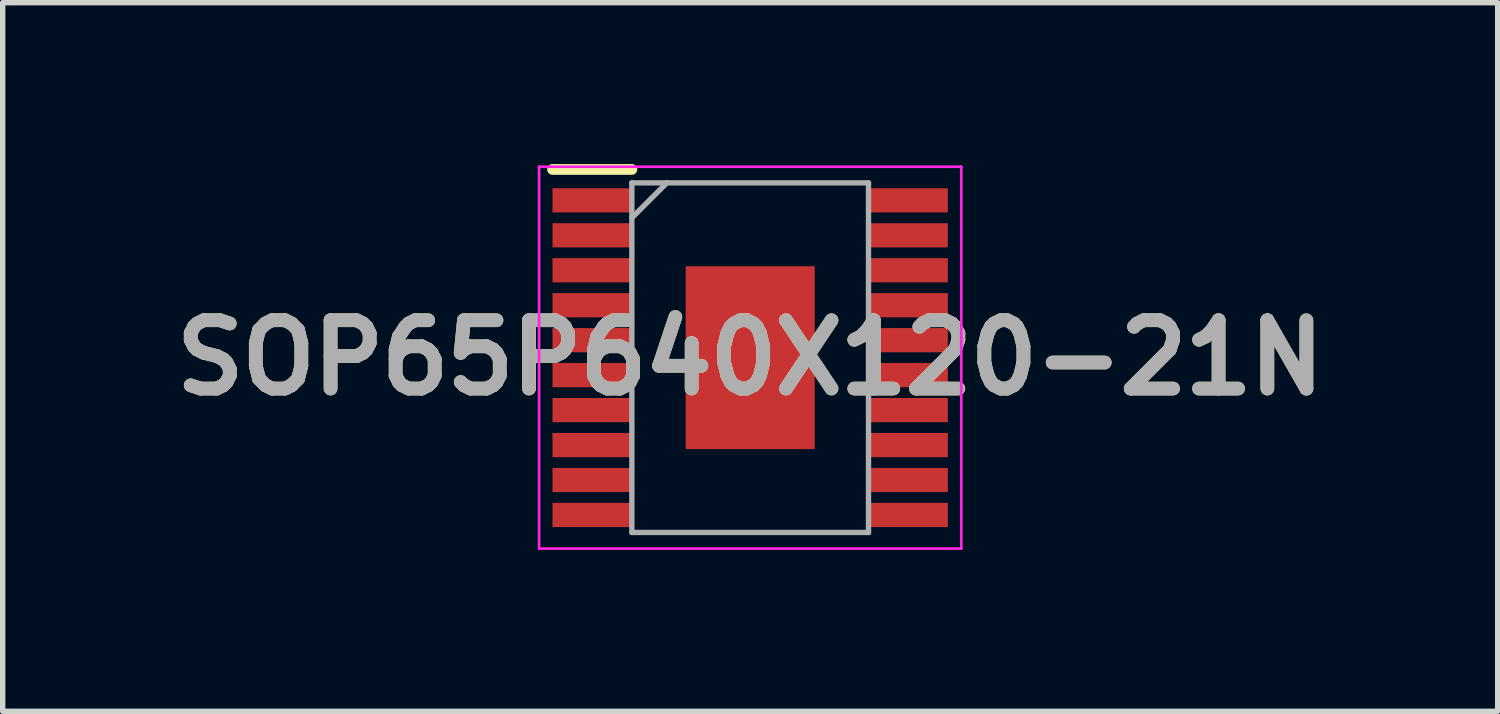
<source format=kicad_pcb>
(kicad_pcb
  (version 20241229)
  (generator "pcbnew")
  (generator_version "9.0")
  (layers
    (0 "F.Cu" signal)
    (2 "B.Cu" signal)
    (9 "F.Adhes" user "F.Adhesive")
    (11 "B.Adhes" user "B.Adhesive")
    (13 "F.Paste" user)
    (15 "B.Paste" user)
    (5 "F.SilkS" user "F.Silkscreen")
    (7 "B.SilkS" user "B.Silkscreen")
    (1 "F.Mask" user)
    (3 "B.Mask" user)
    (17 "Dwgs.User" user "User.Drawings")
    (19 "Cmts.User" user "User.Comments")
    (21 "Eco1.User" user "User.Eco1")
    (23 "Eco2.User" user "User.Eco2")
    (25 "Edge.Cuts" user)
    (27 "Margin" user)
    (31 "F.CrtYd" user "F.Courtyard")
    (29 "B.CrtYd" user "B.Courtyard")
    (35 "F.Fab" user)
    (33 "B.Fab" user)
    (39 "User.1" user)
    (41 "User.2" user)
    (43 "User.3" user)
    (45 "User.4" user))
  (footprint "SOP65P640X120-21N"
    (layer "F.Cu")
    (at 10.898 3.6)
    (property "Reference" "SOP65P640X120-21N" (at 0 0 0) (layer "F.SilkS") (effects (font (size 1.27 1.27) (thickness 0.254))))
    (attr smd)
    (fp_line (start -3.675 -3.5) (end -2.2 -3.5) (stroke (width 0.2) (type solid)) (layer "F.SilkS"))
    (fp_line (start -3.925 -3.55) (end 3.925 -3.55) (stroke (width 0.05) (type solid)) (layer "F.CrtYd"))
    (fp_line (start -3.925 3.55) (end -3.925 -3.55) (stroke (width 0.05) (type solid)) (layer "F.CrtYd"))
    (fp_line (start 3.925 -3.55) (end 3.925 3.55) (stroke (width 0.05) (type solid)) (layer "F.CrtYd"))
    (fp_line (start 3.925 3.55) (end -3.925 3.55) (stroke (width 0.05) (type solid)) (layer "F.CrtYd"))
    (fp_line (start -2.2 -3.25) (end 2.2 -3.25) (stroke (width 0.1) (type solid)) (layer "F.Fab"))
    (fp_line (start -2.2 -2.6) (end -1.55 -3.25) (stroke (width 0.1) (type solid)) (layer "F.Fab"))
    (fp_line (start -2.2 3.25) (end -2.2 -3.25) (stroke (width 0.1) (type solid)) (layer "F.Fab"))
    (fp_line (start 2.2 -3.25) (end 2.2 3.25) (stroke (width 0.1) (type solid)) (layer "F.Fab"))
    (fp_line (start 2.2 3.25) (end -2.2 3.25) (stroke (width 0.1) (type solid)) (layer "F.Fab"))
    (fp_text user "${REFERENCE}" (at 0 0 0) (layer "F.Fab") (effects (font (size 1.27 1.27) (thickness 0.254))))
    (pad "1" smd rect (at -2.938 -2.925 90) (size 0.45 1.475) (layers "F.Cu" "F.Mask" "F.Paste"))
    (pad "2" smd rect (at -2.938 -2.275 90) (size 0.45 1.475) (layers "F.Cu" "F.Mask" "F.Paste"))
    (pad "3" smd rect (at -2.938 -1.625 90) (size 0.45 1.475) (layers "F.Cu" "F.Mask" "F.Paste"))
    (pad "4" smd rect (at -2.938 -0.975 90) (size 0.45 1.475) (layers "F.Cu" "F.Mask" "F.Paste"))
    (pad "5" smd rect (at -2.938 -0.325 90) (size 0.45 1.475) (layers "F.Cu" "F.Mask" "F.Paste"))
    (pad "6" smd rect (at -2.938 0.325 90) (size 0.45 1.475) (layers "F.Cu" "F.Mask" "F.Paste"))
    (pad "7" smd rect (at -2.938 0.975 90) (size 0.45 1.475) (layers "F.Cu" "F.Mask" "F.Paste"))
    (pad "8" smd rect (at -2.938 1.625 90) (size 0.45 1.475) (layers "F.Cu" "F.Mask" "F.Paste"))
    (pad "9" smd rect (at -2.938 2.275 90) (size 0.45 1.475) (layers "F.Cu" "F.Mask" "F.Paste"))
    (pad "10" smd rect (at -2.938 2.925 90) (size 0.45 1.475) (layers "F.Cu" "F.Mask" "F.Paste"))
    (pad "11" smd rect (at 2.938 2.925 90) (size 0.45 1.475) (layers "F.Cu" "F.Mask" "F.Paste"))
    (pad "12" smd rect (at 2.938 2.275 90) (size 0.45 1.475) (layers "F.Cu" "F.Mask" "F.Paste"))
    (pad "13" smd rect (at 2.938 1.625 90) (size 0.45 1.475) (layers "F.Cu" "F.Mask" "F.Paste"))
    (pad "14" smd rect (at 2.938 0.975 90) (size 0.45 1.475) (layers "F.Cu" "F.Mask" "F.Paste"))
    (pad "15" smd rect (at 2.938 0.325 90) (size 0.45 1.475) (layers "F.Cu" "F.Mask" "F.Paste"))
    (pad "16" smd rect (at 2.938 -0.325 90) (size 0.45 1.475) (layers "F.Cu" "F.Mask" "F.Paste"))
    (pad "17" smd rect (at 2.938 -0.975 90) (size 0.45 1.475) (layers "F.Cu" "F.Mask" "F.Paste"))
    (pad "18" smd rect (at 2.938 -1.625 90) (size 0.45 1.475) (layers "F.Cu" "F.Mask" "F.Paste"))
    (pad "19" smd rect (at 2.938 -2.275 90) (size 0.45 1.475) (layers "F.Cu" "F.Mask" "F.Paste"))
    (pad "20" smd rect (at 2.938 -2.925 90) (size 0.45 1.475) (layers "F.Cu" "F.Mask" "F.Paste"))
    (pad "21" smd rect (at 0 0) (size 2.4 3.4) (layers "F.Cu" "F.Mask" "F.Paste")))
  (gr_rect
    (start -3 -3)
    (end 24.796 10.175)
    (stroke (width 0.1) (type default))
    (fill no)
    (layer "Edge.Cuts")))
</source>
